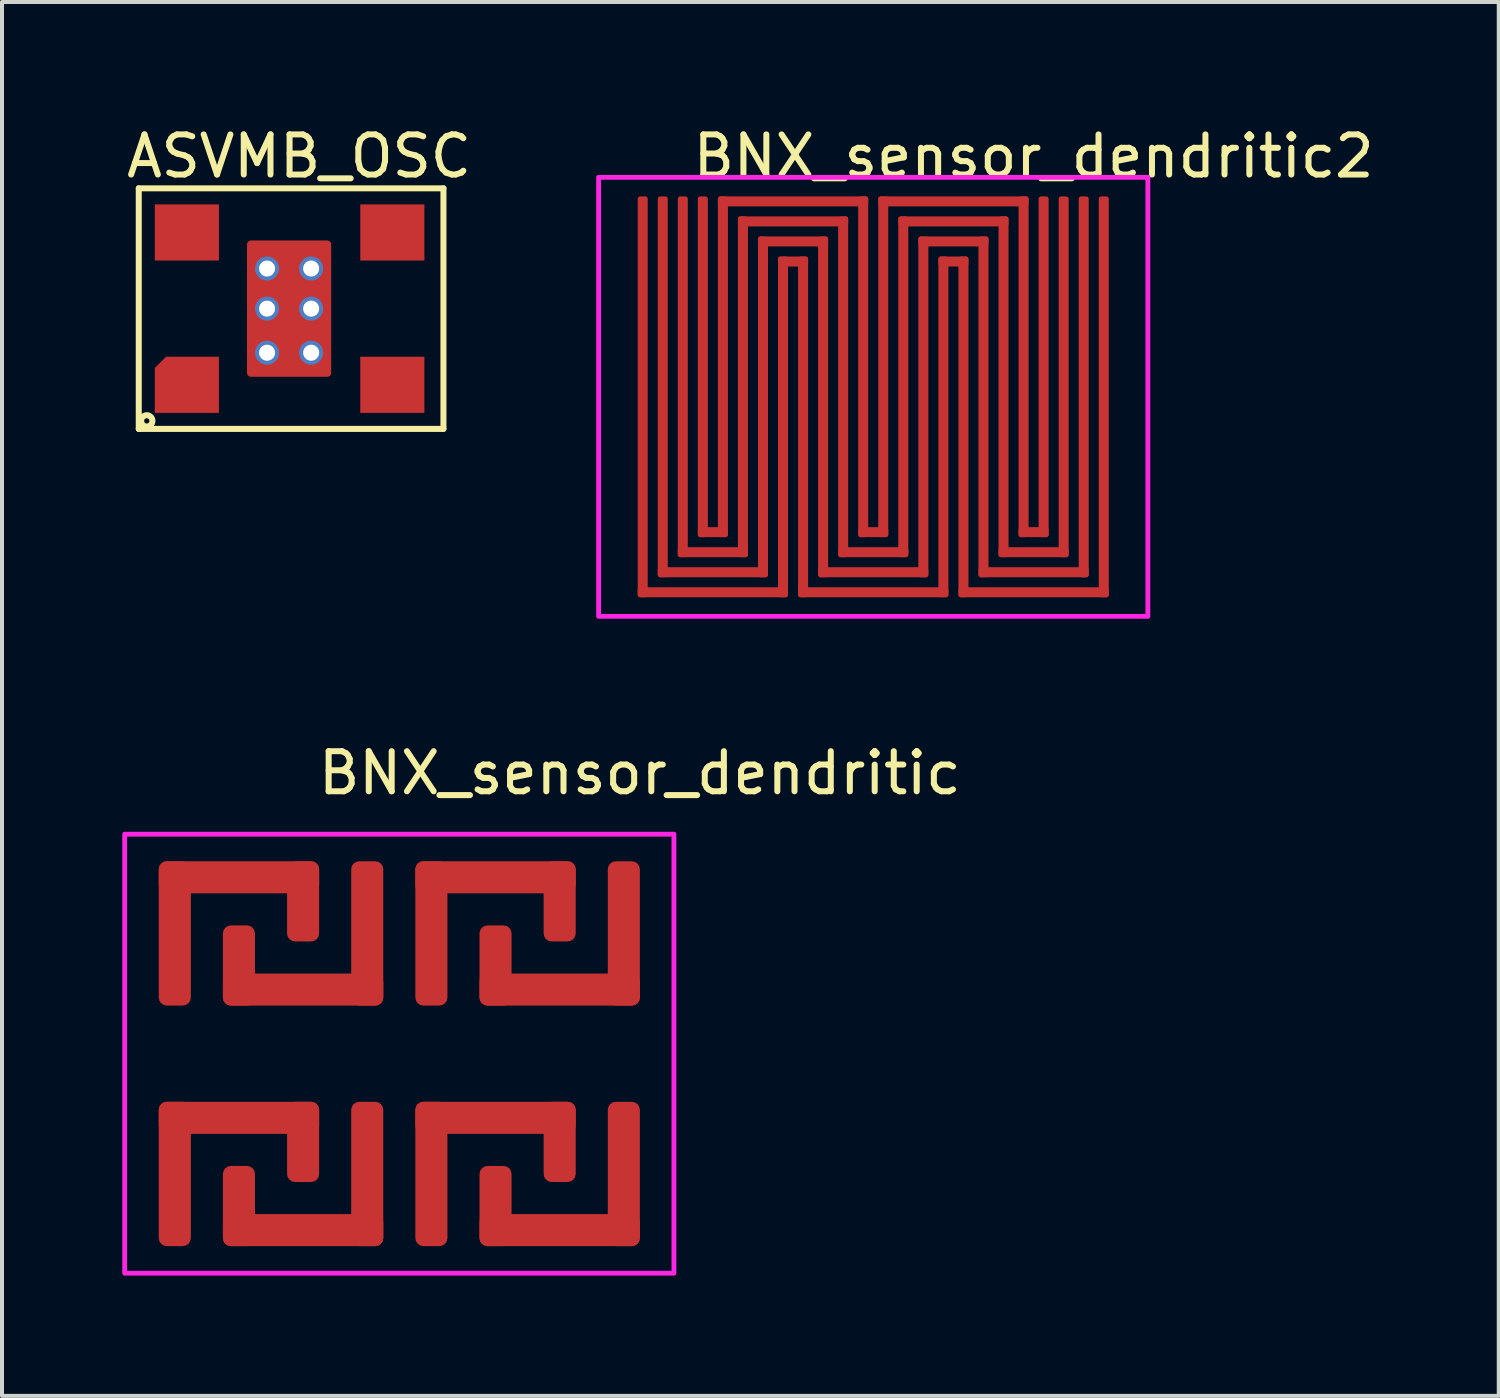
<source format=kicad_pcb>
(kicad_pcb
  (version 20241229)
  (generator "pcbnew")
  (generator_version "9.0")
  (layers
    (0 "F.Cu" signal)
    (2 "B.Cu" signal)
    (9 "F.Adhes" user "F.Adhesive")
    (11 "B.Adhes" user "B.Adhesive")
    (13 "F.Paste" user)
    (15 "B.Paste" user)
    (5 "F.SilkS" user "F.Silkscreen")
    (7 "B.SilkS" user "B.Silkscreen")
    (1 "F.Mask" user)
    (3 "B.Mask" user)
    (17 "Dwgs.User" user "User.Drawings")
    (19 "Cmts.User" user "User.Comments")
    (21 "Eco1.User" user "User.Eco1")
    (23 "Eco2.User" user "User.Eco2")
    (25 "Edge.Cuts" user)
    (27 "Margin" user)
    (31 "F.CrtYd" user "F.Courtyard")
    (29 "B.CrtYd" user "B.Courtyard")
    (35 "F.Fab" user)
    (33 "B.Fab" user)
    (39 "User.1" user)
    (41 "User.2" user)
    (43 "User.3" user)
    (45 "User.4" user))
  (footprint "ASVMB_OSC"
    (layer "F.Cu")
    (at 4.211 4.548)
    (property "Reference" "ASVMB_OSC" (at 0.2 -3.7 0) (layer "F.SilkS") (effects (font (size 1 1) (thickness 0.15))))
    (attr through_hole)
    (fp_rect (start -1 -1.5) (end 0.9 1.7) (stroke (width 0.2) (type solid)) (fill yes) (layer "F.Cu"))
    (fp_line (start -3.8 -2.9) (end -3.8 3.1) (stroke (width 0.15) (type solid)) (layer "F.SilkS"))
    (fp_line (start -3.8 3.1) (end 3.8 3.1) (stroke (width 0.15) (type solid)) (layer "F.SilkS"))
    (fp_line (start 3.8 -2.9) (end -3.8 -2.9) (stroke (width 0.15) (type solid)) (layer "F.SilkS"))
    (fp_line (start 3.8 3.1) (end 3.8 -2.9) (stroke (width 0.15) (type solid)) (layer "F.SilkS"))
    (fp_circle (center -3.6 2.9) (end -3.5 3) (stroke (width 0.15) (type solid)) (fill no) (layer "F.SilkS"))
    (pad "" thru_hole circle (at -0.6 -0.9) (size 0.6 0.6) (drill 0.4) (property pad_prop_heatsink) (layers "*.Cu" "*.Mask"))
    (pad "" thru_hole circle (at -0.6 0.1) (size 0.6 0.6) (drill 0.4) (property pad_prop_heatsink) (layers "*.Cu" "*.Mask"))
    (pad "" thru_hole circle (at -0.6 1.2) (size 0.6 0.6) (drill 0.4) (property pad_prop_heatsink) (layers "*.Cu" "*.Mask"))
    (pad "" thru_hole circle (at 0.5 -0.9) (size 0.6 0.6) (drill 0.4) (property pad_prop_heatsink) (layers "*.Cu" "*.Mask"))
    (pad "" thru_hole circle (at 0.5 0.1) (size 0.6 0.6) (drill 0.4) (property pad_prop_heatsink) (layers "*.Cu" "*.Mask"))
    (pad "" thru_hole circle (at 0.5 1.2) (size 0.6 0.6) (drill 0.4) (property pad_prop_heatsink) (layers "*.Cu" "*.Mask"))
    (pad "1" smd roundrect (at -2.6 2) (size 1.6 1.4) (layers "F.Cu" "F.Mask" "F.Paste") (roundrect_rratio 0) (chamfer_ratio 0.2) (chamfer top_left))
    (pad "2" smd rect (at 2.525 2) (size 1.6 1.4) (layers "F.Cu" "F.Mask" "F.Paste"))
    (pad "3" smd rect (at 2.525 -1.8) (size 1.6 1.4) (layers "F.Cu" "F.Mask" "F.Paste"))
    (pad "4" smd rect (at -2.6 -1.8) (size 1.6 1.4) (layers "F.Cu" "F.Mask" "F.Paste")))
  (footprint "BNX_sensor_dendritic2"
    (layer "F.Cu")
    (at 18.731 6.848)
    (property "Reference" "BNX_sensor_dendritic2" (at 4 -6 0) (unlocked yes) (layer "F.SilkS") (effects (font (size 1 1) (thickness 0.15))))
    (attr smd)
    (fp_rect (start -6.85 -5.475) (end 6.85 5.475) (stroke (width 0.12) (type solid)) (fill no) (layer "F.CrtYd"))
    (pad "3" smd roundrect (at -5.75 0 90) (size 10 0.25) (layers "F.Cu" "F.Mask" "F.Paste") (roundrect_rratio 0.25))
    (pad "3" smd roundrect (at -4 4.875 90) (size 0.25 3.75) (layers "F.Cu" "F.Mask" "F.Paste") (roundrect_rratio 0.25))
    (pad "3" smd roundrect (at -2.25 0.75 90) (size 8.5 0.25) (layers "F.Cu" "F.Mask" "F.Paste") (roundrect_rratio 0.25))
    (pad "3" smd roundrect (at -2 -3.375 270) (size 0.25 0.75) (layers "F.Cu" "F.Mask" "F.Paste") (roundrect_rratio 0.25))
    (pad "3" smd roundrect (at -1.75 0.75 270) (size 8.5 0.25) (layers "F.Cu" "F.Mask" "F.Paste") (roundrect_rratio 0.25))
    (pad "3" smd roundrect (at 0 4.875 270) (size 0.25 3.75) (layers "F.Cu" "F.Mask" "F.Paste") (roundrect_rratio 0.25))
    (pad "3" smd roundrect (at 1.75 0.75 270) (size 8.5 0.25) (layers "F.Cu" "F.Mask" "F.Paste") (roundrect_rratio 0.25))
    (pad "3" smd roundrect (at 2 -3.375 270) (size 0.25 0.75) (layers "F.Cu" "F.Mask" "F.Paste") (roundrect_rratio 0.25))
    (pad "3" smd roundrect (at 2.25 0.75 270) (size 8.5 0.25) (layers "F.Cu" "F.Mask" "F.Paste") (roundrect_rratio 0.25))
    (pad "3" smd roundrect (at 4 4.875 270) (size 0.25 3.75) (layers "F.Cu" "F.Mask" "F.Paste") (roundrect_rratio 0.25))
    (pad "3" smd roundrect (at 5.75 0 270) (size 10 0.25) (layers "F.Cu" "F.Mask" "F.Paste") (roundrect_rratio 0.25))
    (pad "4" smd roundrect (at -4.75 -0.5 90) (size 9 0.25) (layers "F.Cu" "F.Mask" "F.Paste") (roundrect_rratio 0.25))
    (pad "4" smd roundrect (at -4 3.875 90) (size 0.25 1.75) (layers "F.Cu" "F.Mask" "F.Paste") (roundrect_rratio 0.25))
    (pad "4" smd roundrect (at -3.25 -0.25 90) (size 8.5 0.25) (layers "F.Cu" "F.Mask" "F.Paste") (roundrect_rratio 0.25))
    (pad "4" smd roundrect (at -2 -4.375 270) (size 0.25 2.75) (layers "F.Cu" "F.Mask" "F.Paste") (roundrect_rratio 0.25))
    (pad "4" smd roundrect (at -0.75 -0.25 270) (size 8.5 0.25) (layers "F.Cu" "F.Mask" "F.Paste") (roundrect_rratio 0.25))
    (pad "4" smd roundrect (at 0 3.875 270) (size 0.25 1.75) (layers "F.Cu" "F.Mask" "F.Paste") (roundrect_rratio 0.25))
    (pad "4" smd roundrect (at 0.75 -0.25 270) (size 8.5 0.25) (layers "F.Cu" "F.Mask" "F.Paste") (roundrect_rratio 0.25))
    (pad "4" smd roundrect (at 2 -4.375 270) (size 0.25 2.75) (layers "F.Cu" "F.Mask" "F.Paste") (roundrect_rratio 0.25))
    (pad "4" smd roundrect (at 3.25 -0.25 270) (size 8.5 0.25) (layers "F.Cu" "F.Mask" "F.Paste") (roundrect_rratio 0.25))
    (pad "4" smd roundrect (at 4 3.875 270) (size 0.25 1.75) (layers "F.Cu" "F.Mask" "F.Paste") (roundrect_rratio 0.25))
    (pad "4" smd roundrect (at 4.75 -0.5 270) (size 9 0.25) (layers "F.Cu" "F.Mask" "F.Paste") (roundrect_rratio 0.25))
    (pad "5" smd roundrect (at -5.25 -0.25 90) (size 9.5 0.25) (layers "F.Cu" "F.Mask" "F.Paste") (roundrect_rratio 0.25))
    (pad "5" smd roundrect (at -4 4.375 90) (size 0.25 2.75) (layers "F.Cu" "F.Mask" "F.Paste") (roundrect_rratio 0.25))
    (pad "5" smd roundrect (at -2.75 0.25 90) (size 8.5 0.25) (layers "F.Cu" "F.Mask" "F.Paste") (roundrect_rratio 0.25))
    (pad "5" smd roundrect (at -2 -3.875 270) (size 0.25 1.75) (layers "F.Cu" "F.Mask" "F.Paste") (roundrect_rratio 0.25))
    (pad "5" smd roundrect (at -1.25 0.25 270) (size 8.5 0.25) (layers "F.Cu" "F.Mask" "F.Paste") (roundrect_rratio 0.25))
    (pad "5" smd roundrect (at 0 4.375 270) (size 0.25 2.75) (layers "F.Cu" "F.Mask" "F.Paste") (roundrect_rratio 0.25))
    (pad "5" smd roundrect (at 1.25 0.25 270) (size 8.5 0.25) (layers "F.Cu" "F.Mask" "F.Paste") (roundrect_rratio 0.25))
    (pad "5" smd roundrect (at 2 -3.875 270) (size 0.25 1.75) (layers "F.Cu" "F.Mask" "F.Paste") (roundrect_rratio 0.25))
    (pad "5" smd roundrect (at 2.75 0.25 270) (size 8.5 0.25) (layers "F.Cu" "F.Mask" "F.Paste") (roundrect_rratio 0.25))
    (pad "5" smd roundrect (at 4 4.375 270) (size 0.25 2.75) (layers "F.Cu" "F.Mask" "F.Paste") (roundrect_rratio 0.25))
    (pad "5" smd roundrect (at 5.25 -0.25 270) (size 9.5 0.25) (layers "F.Cu" "F.Mask" "F.Paste") (roundrect_rratio 0.25))
    (pad "6" smd roundrect (at -4.25 -0.75 90) (size 8.5 0.25) (layers "F.Cu" "F.Mask" "F.Paste") (roundrect_rratio 0.25))
    (pad "6" smd roundrect (at -4 3.375 90) (size 0.25 0.75) (layers "F.Cu" "F.Mask" "F.Paste") (roundrect_rratio 0.25))
    (pad "6" smd roundrect (at -3.75 -0.75 90) (size 8.5 0.25) (layers "F.Cu" "F.Mask" "F.Paste") (roundrect_rratio 0.25))
    (pad "6" smd roundrect (at -2 -4.875 270) (size 0.25 3.75) (layers "F.Cu" "F.Mask" "F.Paste") (roundrect_rratio 0.25))
    (pad "6" smd roundrect (at -0.25 -0.75 270) (size 8.5 0.25) (layers "F.Cu" "F.Mask" "F.Paste") (roundrect_rratio 0.25))
    (pad "6" smd roundrect (at 0 3.375 270) (size 0.25 0.75) (layers "F.Cu" "F.Mask" "F.Paste") (roundrect_rratio 0.25))
    (pad "6" smd roundrect (at 0.25 -0.75 270) (size 8.5 0.25) (layers "F.Cu" "F.Mask" "F.Paste") (roundrect_rratio 0.25))
    (pad "6" smd roundrect (at 2 -4.875 270) (size 0.25 3.75) (layers "F.Cu" "F.Mask" "F.Paste") (roundrect_rratio 0.25))
    (pad "6" smd roundrect (at 3.75 -0.75 270) (size 8.5 0.25) (layers "F.Cu" "F.Mask" "F.Paste") (roundrect_rratio 0.25))
    (pad "6" smd roundrect (at 4 3.375 270) (size 0.25 0.75) (layers "F.Cu" "F.Mask" "F.Paste") (roundrect_rratio 0.25))
    (pad "6" smd roundrect (at 4.25 -0.75 270) (size 8.5 0.25) (layers "F.Cu" "F.Mask" "F.Paste") (roundrect_rratio 0.25)))
  (footprint "BNX_sensor_dendritic"
    (layer "F.Cu")
    (at 6.91 23.232)
    (property "Reference" "BNX_sensor_dendritic" (at 6 -7 0) (unlocked yes) (layer "F.SilkS") (effects (font (size 1 1) (thickness 0.15))))
    (attr smd)
    (fp_rect (start -6.85 -5.475) (end 6.85 5.475) (stroke (width 0.12) (type solid)) (fill no) (layer "F.CrtYd"))
    (pad "3" smd roundrect (at -4 -2.2 270) (size 2 0.8) (layers "F.Cu" "F.Mask" "F.Paste") (roundrect_rratio 0.25))
    (pad "3" smd roundrect (at -4 3.8 270) (size 2 0.8) (layers "F.Cu" "F.Mask" "F.Paste") (roundrect_rratio 0.25))
    (pad "3" smd roundrect (at -2.4 -1.6) (size 4 0.8) (layers "F.Cu" "F.Mask" "F.Paste") (roundrect_rratio 0.25))
    (pad "3" smd roundrect (at -2.4 4.4) (size 4 0.8) (layers "F.Cu" "F.Mask" "F.Paste") (roundrect_rratio 0.25))
    (pad "3" smd roundrect (at -0.8 -3 270) (size 3.6 0.8) (layers "F.Cu" "F.Mask" "F.Paste") (roundrect_rratio 0.25))
    (pad "3" smd roundrect (at -0.8 3 270) (size 3.6 0.8) (layers "F.Cu" "F.Mask" "F.Paste") (roundrect_rratio 0.25))
    (pad "4" smd roundrect (at 2.4 -2.2 270) (size 2 0.8) (layers "F.Cu" "F.Mask" "F.Paste") (roundrect_rratio 0.25))
    (pad "4" smd roundrect (at 2.4 3.8 270) (size 2 0.8) (layers "F.Cu" "F.Mask" "F.Paste") (roundrect_rratio 0.25))
    (pad "4" smd roundrect (at 4 -1.6) (size 4 0.8) (layers "F.Cu" "F.Mask" "F.Paste") (roundrect_rratio 0.25))
    (pad "4" smd roundrect (at 4 4.4) (size 4 0.8) (layers "F.Cu" "F.Mask" "F.Paste") (roundrect_rratio 0.25))
    (pad "4" smd roundrect (at 5.6 -3 270) (size 3.6 0.8) (layers "F.Cu" "F.Mask" "F.Paste") (roundrect_rratio 0.25))
    (pad "4" smd roundrect (at 5.6 3 270) (size 3.6 0.8) (layers "F.Cu" "F.Mask" "F.Paste") (roundrect_rratio 0.25))
    (pad "5" smd roundrect (at -5.6 -3 90) (size 3.6 0.8) (layers "F.Cu" "F.Mask" "F.Paste") (roundrect_rratio 0.25))
    (pad "5" smd roundrect (at -5.6 3 90) (size 3.6 0.8) (layers "F.Cu" "F.Mask" "F.Paste") (roundrect_rratio 0.25))
    (pad "5" smd roundrect (at -4 -4.4 180) (size 4 0.8) (layers "F.Cu" "F.Mask" "F.Paste") (roundrect_rratio 0.25))
    (pad "5" smd roundrect (at -4 1.6 180) (size 4 0.8) (layers "F.Cu" "F.Mask" "F.Paste") (roundrect_rratio 0.25))
    (pad "5" smd roundrect (at -2.4 -3.8 90) (size 2 0.8) (layers "F.Cu" "F.Mask" "F.Paste") (roundrect_rratio 0.25))
    (pad "5" smd roundrect (at -2.4 2.2 90) (size 2 0.8) (layers "F.Cu" "F.Mask" "F.Paste") (roundrect_rratio 0.25))
    (pad "6" smd roundrect (at 0.8 -3 90) (size 3.6 0.8) (layers "F.Cu" "F.Mask" "F.Paste") (roundrect_rratio 0.25))
    (pad "6" smd roundrect (at 0.8 3 90) (size 3.6 0.8) (layers "F.Cu" "F.Mask" "F.Paste") (roundrect_rratio 0.25))
    (pad "6" smd roundrect (at 2.4 -4.4 180) (size 4 0.8) (layers "F.Cu" "F.Mask" "F.Paste") (roundrect_rratio 0.25))
    (pad "6" smd roundrect (at 2.4 1.6 180) (size 4 0.8) (layers "F.Cu" "F.Mask" "F.Paste") (roundrect_rratio 0.25))
    (pad "6" smd roundrect (at 4 -3.8 90) (size 2 0.8) (layers "F.Cu" "F.Mask" "F.Paste") (roundrect_rratio 0.25))
    (pad "6" smd roundrect (at 4 2.2 90) (size 2 0.8) (layers "F.Cu" "F.Mask" "F.Paste") (roundrect_rratio 0.25)))
  (gr_rect
    (start -3 -3)
    (end 34.333 31.767)
    (stroke (width 0.1) (type default))
    (fill no)
    (layer "Edge.Cuts")))
</source>
